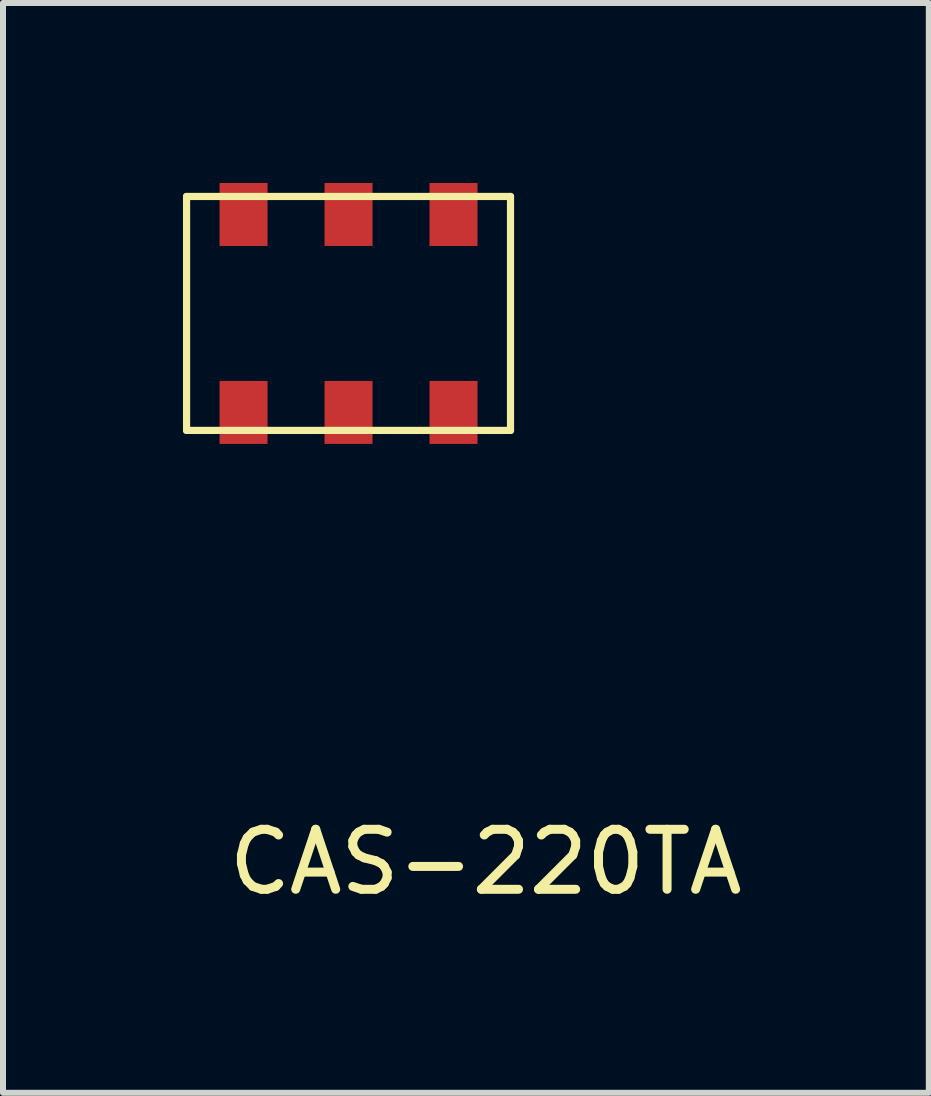
<source format=kicad_pcb>
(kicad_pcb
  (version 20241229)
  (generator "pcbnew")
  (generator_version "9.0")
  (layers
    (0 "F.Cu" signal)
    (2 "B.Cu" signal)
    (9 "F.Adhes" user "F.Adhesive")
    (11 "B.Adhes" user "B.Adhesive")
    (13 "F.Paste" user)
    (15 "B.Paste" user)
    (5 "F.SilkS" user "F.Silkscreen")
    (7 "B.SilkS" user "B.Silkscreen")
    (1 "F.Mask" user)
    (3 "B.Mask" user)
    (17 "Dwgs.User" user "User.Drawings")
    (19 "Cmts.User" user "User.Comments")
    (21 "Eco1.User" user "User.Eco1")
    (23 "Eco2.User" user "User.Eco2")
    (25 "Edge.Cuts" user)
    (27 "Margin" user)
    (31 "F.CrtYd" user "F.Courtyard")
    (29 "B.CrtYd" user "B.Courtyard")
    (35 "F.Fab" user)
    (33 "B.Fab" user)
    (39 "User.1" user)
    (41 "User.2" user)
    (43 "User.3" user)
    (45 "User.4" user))
  (footprint "CAS-220TA"
    (layer "F.Cu")
    (at 2.76 2.175)
    (property "Reference" "CAS-220TA" (at 2.286 9.144 0) (layer "F.SilkS") (effects (font (size 1 1) (thickness 0.15))))
    (attr smd)
    (fp_line (start -2.7 -1.95) (end -2.7 1.95) (stroke (width 0.12) (type solid)) (layer "F.SilkS"))
    (fp_line (start -2.7 -1.95) (end 2.7 -1.95) (stroke (width 0.12) (type solid)) (layer "F.SilkS"))
    (fp_line (start -2.7 1.95) (end 2.7 1.95) (stroke (width 0.12) (type solid)) (layer "F.SilkS"))
    (fp_line (start 2.7 -1.95) (end 2.7 1.95) (stroke (width 0.12) (type solid)) (layer "F.SilkS"))
    (pad "1" smd rect (at -1.75 1.65) (size 0.8 1.05) (layers "F.Cu" "F.Mask" "F.Paste"))
    (pad "2" smd rect (at 0 1.65) (size 0.8 1.05) (layers "F.Cu" "F.Mask" "F.Paste"))
    (pad "3" smd rect (at 1.75 1.65) (size 0.8 1.05) (layers "F.Cu" "F.Mask" "F.Paste"))
    (pad "4" smd rect (at -1.75 -1.65) (size 0.8 1.05) (layers "F.Cu" "F.Mask" "F.Paste"))
    (pad "5" smd rect (at 0 -1.65) (size 0.8 1.05) (layers "F.Cu" "F.Mask" "F.Paste"))
    (pad "6" smd rect (at 1.75 -1.65) (size 0.8 1.05) (layers "F.Cu" "F.Mask" "F.Paste")))
  (gr_rect
    (start -3 -3)
    (end 12.433 15.167)
    (stroke (width 0.1) (type default))
    (fill no)
    (layer "Edge.Cuts")))
</source>
